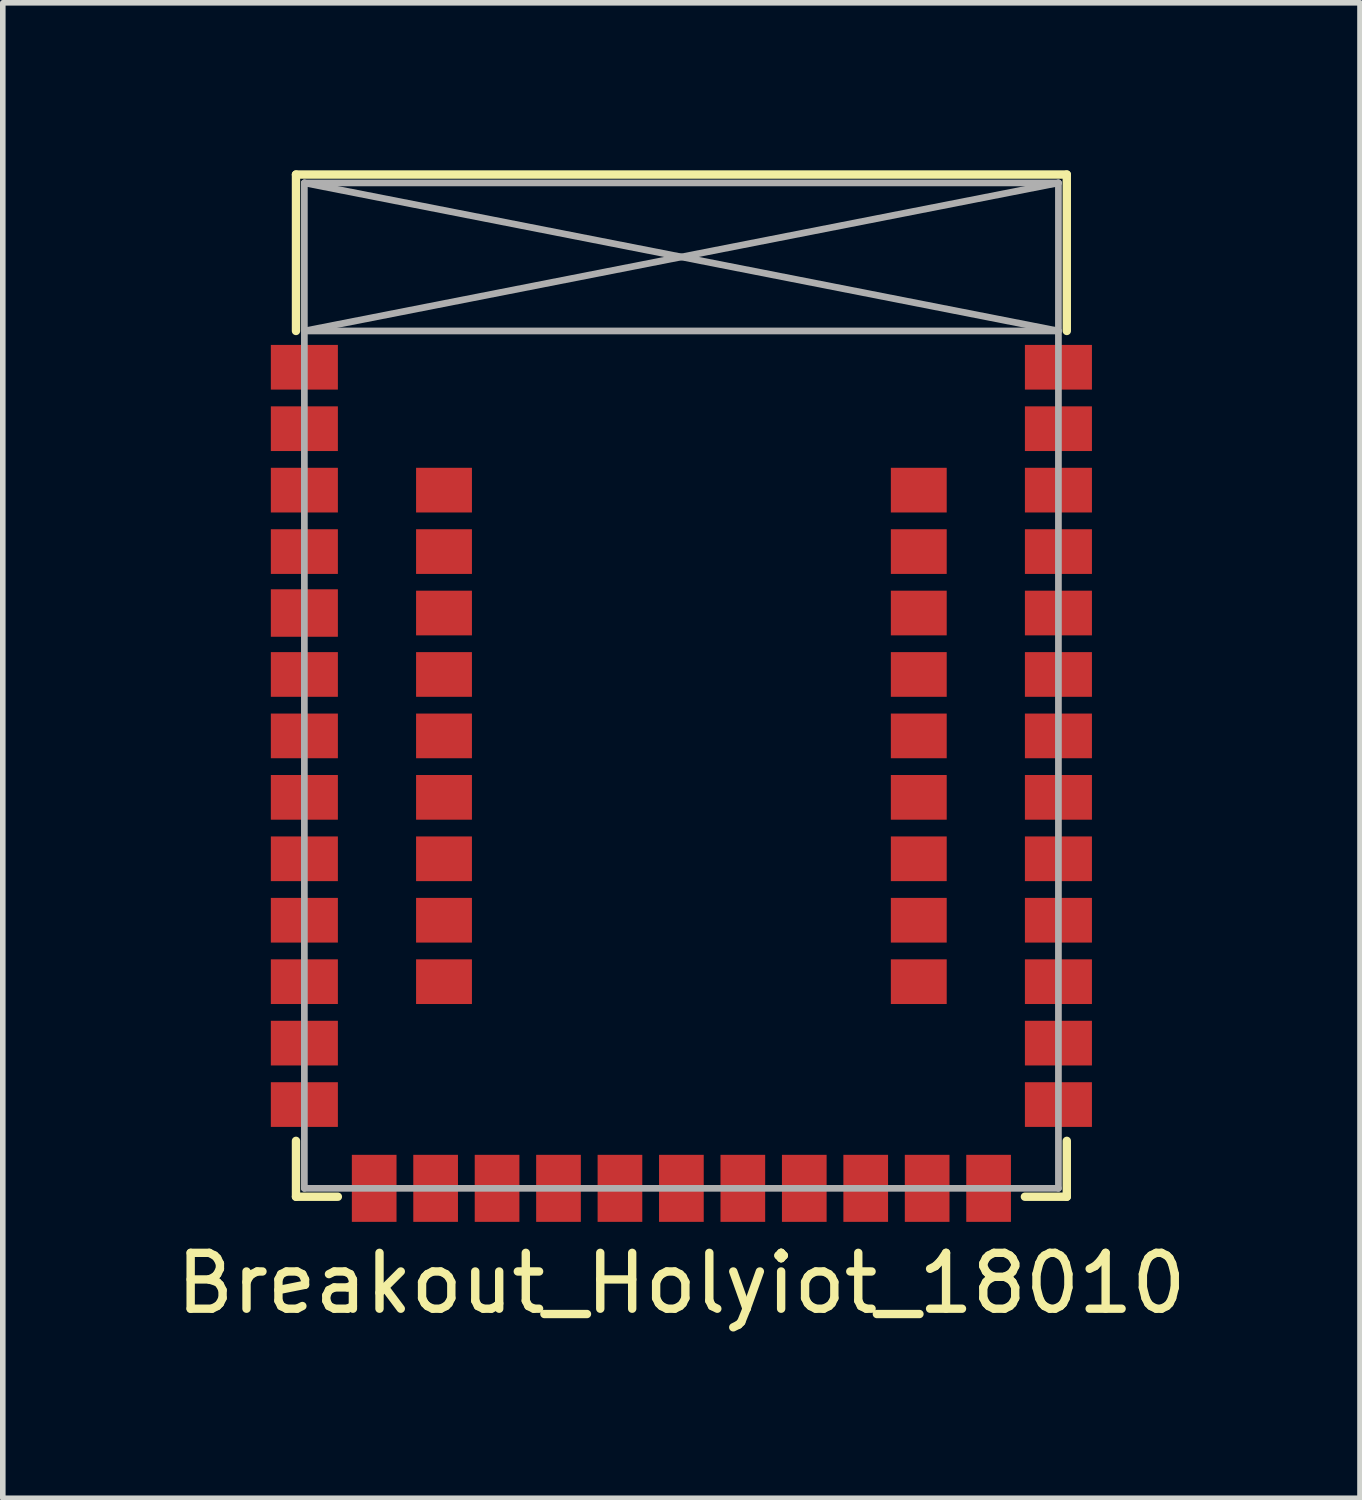
<source format=kicad_pcb>
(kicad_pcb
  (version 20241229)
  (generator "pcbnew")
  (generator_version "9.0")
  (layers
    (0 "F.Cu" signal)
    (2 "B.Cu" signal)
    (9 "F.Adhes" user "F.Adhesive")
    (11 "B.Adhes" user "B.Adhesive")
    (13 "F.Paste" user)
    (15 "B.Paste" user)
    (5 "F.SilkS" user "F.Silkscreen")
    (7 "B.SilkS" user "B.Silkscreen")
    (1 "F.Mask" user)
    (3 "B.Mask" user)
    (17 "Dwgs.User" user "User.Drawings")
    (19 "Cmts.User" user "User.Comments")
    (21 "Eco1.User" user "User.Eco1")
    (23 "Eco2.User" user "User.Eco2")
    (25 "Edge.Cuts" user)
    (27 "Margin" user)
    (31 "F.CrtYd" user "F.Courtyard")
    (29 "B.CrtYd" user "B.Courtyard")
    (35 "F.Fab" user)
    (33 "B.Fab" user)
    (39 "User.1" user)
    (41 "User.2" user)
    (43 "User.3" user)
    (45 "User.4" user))
  (footprint "Breakout_Holyiot_18010"
    (layer "F.Cu")
    (at 9.149 9.225)
    (property "Reference" "Breakout_Holyiot_18010" (at 0 10.7 0) (layer "F.SilkS") (effects (font (size 1 1) (thickness 0.15))))
    (attr through_hole)
    (fp_line (start -6.9 -9.15) (end 6.9 -9.15) (stroke (width 0.15) (type solid)) (layer "F.SilkS"))
    (fp_line (start -6.9 -6.35) (end -6.9 -9.15) (stroke (width 0.15) (type solid)) (layer "F.SilkS"))
    (fp_line (start -6.9 8.15) (end -6.9 9.15) (stroke (width 0.15) (type solid)) (layer "F.SilkS"))
    (fp_line (start -6.9 9.15) (end -6.15 9.15) (stroke (width 0.15) (type solid)) (layer "F.SilkS"))
    (fp_line (start 6.15 9.15) (end 6.9 9.15) (stroke (width 0.15) (type solid)) (layer "F.SilkS"))
    (fp_line (start 6.9 -9.15) (end 6.9 -6.35) (stroke (width 0.15) (type solid)) (layer "F.SilkS"))
    (fp_line (start 6.9 8.15) (end 6.9 9.15) (stroke (width 0.15) (type solid)) (layer "F.SilkS"))
    (fp_line (start -6.75 -9) (end -6.75 9) (stroke (width 0.12) (type solid)) (layer "F.Fab"))
    (fp_line (start -6.75 -9) (end 6.75 -9) (stroke (width 0.12) (type solid)) (layer "F.Fab"))
    (fp_line (start -6.75 -6.35) (end 6.75 -9) (stroke (width 0.12) (type solid)) (layer "F.Fab"))
    (fp_line (start -6.75 -6.35) (end 6.75 -6.35) (stroke (width 0.12) (type solid)) (layer "F.Fab"))
    (fp_line (start -6.75 9) (end 6.75 9) (stroke (width 0.12) (type solid)) (layer "F.Fab"))
    (fp_line (start 6.75 -9) (end 6.75 9) (stroke (width 0.12) (type solid)) (layer "F.Fab"))
    (fp_line (start 6.75 -6.35) (end -6.75 -9) (stroke (width 0.12) (type solid)) (layer "F.Fab"))
    (pad "1" smd rect (at -6.75 -5.7) (size 1.2 0.8) (layers "F.Cu" "F.Mask" "F.Paste"))
    (pad "2" smd rect (at -6.75 -4.6) (size 1.2 0.8) (layers "F.Cu" "F.Mask" "F.Paste"))
    (pad "3" smd rect (at -6.75 -3.5) (size 1.2 0.8) (layers "F.Cu" "F.Mask" "F.Paste"))
    (pad "4" smd rect (at -6.75 -2.4) (size 1.2 0.8) (layers "F.Cu" "F.Mask" "F.Paste"))
    (pad "5" smd rect (at -6.75 -1.3) (size 1.2 0.85) (layers "F.Cu" "F.Mask" "F.Paste"))
    (pad "6" smd rect (at -6.75 -0.2) (size 1.2 0.8) (layers "F.Cu" "F.Mask" "F.Paste"))
    (pad "7" smd rect (at -6.75 0.9) (size 1.2 0.8) (layers "F.Cu" "F.Mask" "F.Paste"))
    (pad "8" smd rect (at -6.75 2) (size 1.2 0.8) (layers "F.Cu" "F.Mask" "F.Paste"))
    (pad "9" smd rect (at -6.75 3.1) (size 1.2 0.8) (layers "F.Cu" "F.Mask" "F.Paste"))
    (pad "10" smd rect (at -6.75 4.2) (size 1.2 0.8) (layers "F.Cu" "F.Mask" "F.Paste"))
    (pad "11" smd rect (at -6.75 5.3) (size 1.2 0.8) (layers "F.Cu" "F.Mask" "F.Paste"))
    (pad "12" smd rect (at -6.75 6.4) (size 1.2 0.8) (layers "F.Cu" "F.Mask" "F.Paste"))
    (pad "13" smd rect (at -6.75 7.5) (size 1.2 0.8) (layers "F.Cu" "F.Mask" "F.Paste"))
    (pad "14" smd rect (at -4.25 -3.5) (size 1 0.8) (layers "F.Cu" "F.Mask" "F.Paste"))
    (pad "15" smd rect (at -4.25 -2.4) (size 1 0.8) (layers "F.Cu" "F.Mask" "F.Paste"))
    (pad "16" smd rect (at -4.25 -1.3) (size 1 0.8) (layers "F.Cu" "F.Mask" "F.Paste"))
    (pad "17" smd rect (at -4.25 -0.2) (size 1 0.8) (layers "F.Cu" "F.Mask" "F.Paste"))
    (pad "18" smd rect (at -4.25 0.9) (size 1 0.8) (layers "F.Cu" "F.Mask" "F.Paste"))
    (pad "19" smd rect (at -4.25 2) (size 1 0.8) (layers "F.Cu" "F.Mask" "F.Paste"))
    (pad "20" smd rect (at -4.25 3.1) (size 1 0.8) (layers "F.Cu" "F.Mask" "F.Paste"))
    (pad "21" smd rect (at -4.25 4.2) (size 1 0.8) (layers "F.Cu" "F.Mask" "F.Paste"))
    (pad "22" smd rect (at -4.25 5.3) (size 1 0.8) (layers "F.Cu" "F.Mask" "F.Paste"))
    (pad "23" smd rect (at 4.25 -3.5) (size 1 0.8) (layers "F.Cu" "F.Mask" "F.Paste"))
    (pad "24" smd rect (at 4.25 -2.4) (size 1 0.8) (layers "F.Cu" "F.Mask" "F.Paste"))
    (pad "25" smd rect (at 4.25 -1.3) (size 1 0.8) (layers "F.Cu" "F.Mask" "F.Paste"))
    (pad "26" smd rect (at 4.25 -0.2) (size 1 0.8) (layers "F.Cu" "F.Mask" "F.Paste"))
    (pad "27" smd rect (at 4.25 0.9) (size 1 0.8) (layers "F.Cu" "F.Mask" "F.Paste"))
    (pad "28" smd rect (at 4.25 2) (size 1 0.8) (layers "F.Cu" "F.Mask" "F.Paste"))
    (pad "29" smd rect (at 4.25 3.1) (size 1 0.8) (layers "F.Cu" "F.Mask" "F.Paste"))
    (pad "30" smd rect (at 4.25 4.2) (size 1 0.8) (layers "F.Cu" "F.Mask" "F.Paste"))
    (pad "31" smd rect (at 4.25 5.3) (size 1 0.8) (layers "F.Cu" "F.Mask" "F.Paste"))
    (pad "32" smd rect (at 6.75 -5.7) (size 1.2 0.8) (layers "F.Cu" "F.Mask" "F.Paste"))
    (pad "33" smd rect (at 6.75 -4.6) (size 1.2 0.8) (layers "F.Cu" "F.Mask" "F.Paste"))
    (pad "34" smd rect (at 6.75 -3.5) (size 1.2 0.8) (layers "F.Cu" "F.Mask" "F.Paste"))
    (pad "35" smd rect (at 6.75 -2.4) (size 1.2 0.8) (layers "F.Cu" "F.Mask" "F.Paste"))
    (pad "36" smd rect (at 6.75 -1.3) (size 1.2 0.8) (layers "F.Cu" "F.Mask" "F.Paste"))
    (pad "37" smd rect (at 6.75 -0.2) (size 1.2 0.8) (layers "F.Cu" "F.Mask" "F.Paste"))
    (pad "38" smd rect (at 6.75 0.9) (size 1.2 0.8) (layers "F.Cu" "F.Mask" "F.Paste"))
    (pad "39" smd rect (at 6.75 2) (size 1.2 0.8) (layers "F.Cu" "F.Mask" "F.Paste"))
    (pad "40" smd rect (at 6.75 3.1) (size 1.2 0.8) (layers "F.Cu" "F.Mask" "F.Paste"))
    (pad "41" smd rect (at 6.75 4.2) (size 1.2 0.8) (layers "F.Cu" "F.Mask" "F.Paste"))
    (pad "42" smd rect (at 6.75 5.3) (size 1.2 0.8) (layers "F.Cu" "F.Mask" "F.Paste"))
    (pad "43" smd rect (at 6.75 6.4) (size 1.2 0.8) (layers "F.Cu" "F.Mask" "F.Paste"))
    (pad "44" smd rect (at 6.75 7.5) (size 1.2 0.8) (layers "F.Cu" "F.Mask" "F.Paste"))
    (pad "45" smd rect (at 5.5 9 90) (size 1.2 0.8) (layers "F.Cu" "F.Mask" "F.Paste"))
    (pad "46" smd rect (at 4.4 9 90) (size 1.2 0.8) (layers "F.Cu" "F.Mask" "F.Paste"))
    (pad "47" smd rect (at 3.3 9 90) (size 1.2 0.8) (layers "F.Cu" "F.Mask" "F.Paste"))
    (pad "48" smd rect (at 2.2 9 90) (size 1.2 0.8) (layers "F.Cu" "F.Mask" "F.Paste"))
    (pad "49" smd rect (at 1.1 9 90) (size 1.2 0.8) (layers "F.Cu" "F.Mask" "F.Paste"))
    (pad "50" smd rect (at 0 9 90) (size 1.2 0.8) (layers "F.Cu" "F.Mask" "F.Paste"))
    (pad "51" smd rect (at -1.1 9 90) (size 1.2 0.8) (layers "F.Cu" "F.Mask" "F.Paste"))
    (pad "52" smd rect (at -2.2 9 90) (size 1.2 0.8) (layers "F.Cu" "F.Mask" "F.Paste"))
    (pad "53" smd rect (at -3.3 9 90) (size 1.2 0.8) (layers "F.Cu" "F.Mask" "F.Paste"))
    (pad "54" smd rect (at -4.4 9 90) (size 1.2 0.8) (layers "F.Cu" "F.Mask" "F.Paste"))
    (pad "55" smd rect (at -5.5 9 90) (size 1.2 0.8) (layers "F.Cu" "F.Mask" "F.Paste")))
  (gr_rect
    (start -3 -3)
    (end 21.298 23.773)
    (stroke (width 0.1) (type default))
    (fill no)
    (layer "Edge.Cuts")))
</source>
